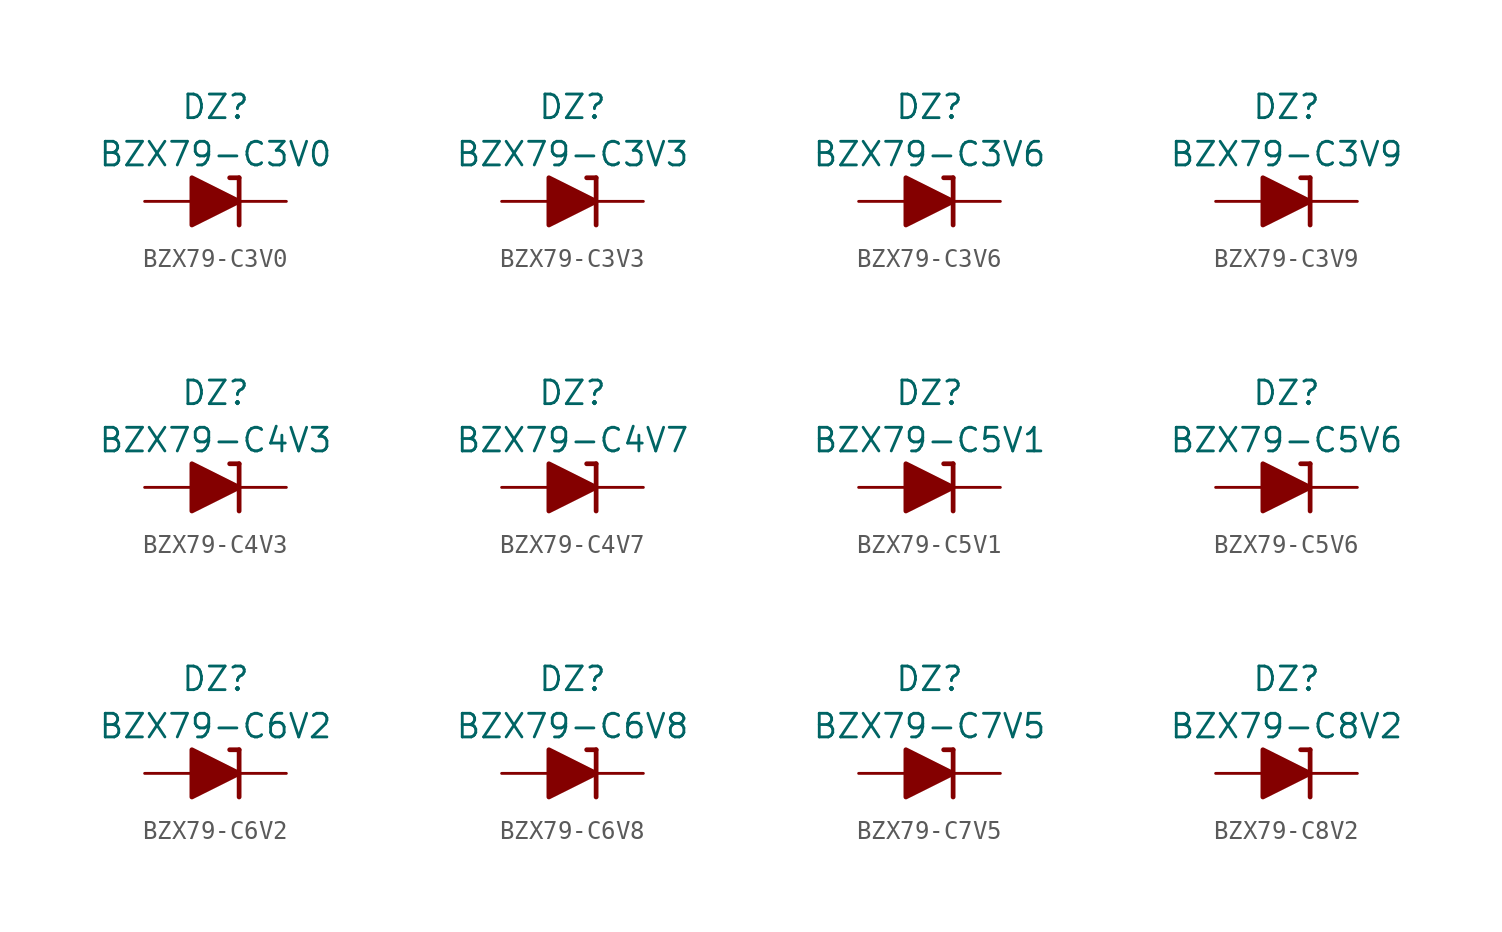
<source format=kicad_sym>
(kicad_symbol_lib
  (version 20211014)
  (generator kicad_symbol_editor)
  (symbol "BZX79-C3V0"
    (pin_numbers hide)
    (pin_names
      (offset 1.016) hide)
    (property "Reference" "DZ"
      (at 0 5.08 0)
      (effects (font (size 1.27 1.27))))
    (property "Value" "BZX79-C3V0"
      (at 0 2.54 0)
      (effects (font (size 1.27 1.27))))
    (symbol "BZX79-C3V0_0_1"
      (polyline (pts (xy -1.27 0) (xy 1.27 0)) (stroke (width 0) (type default) (color 0 0 0 0)) (fill (type none)))
      (polyline (pts (xy 1.27 1.27) (xy 0.762 1.27)) (stroke (width 0.254) (type default) (color 0 0 0 0)) (fill (type none)))
      (polyline (pts (xy 1.27 1.27) (xy 1.27 -1.27)) (stroke (width 0.254) (type default) (color 0 0 0 0)) (fill (type none)))
      (polyline (pts (xy -1.27 -1.27) (xy -1.27 1.27) (xy 1.27 0) (xy -1.27 -1.27)) (stroke (width 0.254) (type default) (color 0 0 0 0)) (fill (type outline))))
    (symbol "BZX79-C3V0_1_1"
      (pin passive line (at 3.81 0 180) (length 2.54) (name "K" (effects (font (size 1.27 1.27)))) (number "1" (effects (font (size 1.27 1.27)))))
      (pin passive line (at -3.81 0 0) (length 2.54) (name "A" (effects (font (size 1.27 1.27)))) (number "2" (effects (font (size 1.27 1.27)))))))
  (symbol "BZX79-C3V3"
    (pin_numbers hide)
    (pin_names
      (offset 1.016) hide)
    (property "Reference" "DZ"
      (at 0 5.08 0)
      (effects (font (size 1.27 1.27))))
    (property "Value" "BZX79-C3V3"
      (at 0 2.54 0)
      (effects (font (size 1.27 1.27))))
    (symbol "BZX79-C3V3_0_1"
      (polyline (pts (xy -1.27 0) (xy 1.27 0)) (stroke (width 0) (type default) (color 0 0 0 0)) (fill (type none)))
      (polyline (pts (xy 1.27 1.27) (xy 0.762 1.27)) (stroke (width 0.254) (type default) (color 0 0 0 0)) (fill (type none)))
      (polyline (pts (xy 1.27 1.27) (xy 1.27 -1.27)) (stroke (width 0.254) (type default) (color 0 0 0 0)) (fill (type none)))
      (polyline (pts (xy -1.27 -1.27) (xy -1.27 1.27) (xy 1.27 0) (xy -1.27 -1.27)) (stroke (width 0.254) (type default) (color 0 0 0 0)) (fill (type outline))))
    (symbol "BZX79-C3V3_1_1"
      (pin passive line (at 3.81 0 180) (length 2.54) (name "K" (effects (font (size 1.27 1.27)))) (number "1" (effects (font (size 1.27 1.27)))))
      (pin passive line (at -3.81 0 0) (length 2.54) (name "A" (effects (font (size 1.27 1.27)))) (number "2" (effects (font (size 1.27 1.27)))))))
  (symbol "BZX79-C3V6"
    (pin_numbers hide)
    (pin_names
      (offset 1.016) hide)
    (property "Reference" "DZ"
      (at 0 5.08 0)
      (effects (font (size 1.27 1.27))))
    (property "Value" "BZX79-C3V6"
      (at 0 2.54 0)
      (effects (font (size 1.27 1.27))))
    (symbol "BZX79-C3V6_0_1"
      (polyline (pts (xy -1.27 0) (xy 1.27 0)) (stroke (width 0) (type default) (color 0 0 0 0)) (fill (type none)))
      (polyline (pts (xy 1.27 1.27) (xy 0.762 1.27)) (stroke (width 0.254) (type default) (color 0 0 0 0)) (fill (type none)))
      (polyline (pts (xy 1.27 1.27) (xy 1.27 -1.27)) (stroke (width 0.254) (type default) (color 0 0 0 0)) (fill (type none)))
      (polyline (pts (xy -1.27 -1.27) (xy -1.27 1.27) (xy 1.27 0) (xy -1.27 -1.27)) (stroke (width 0.254) (type default) (color 0 0 0 0)) (fill (type outline))))
    (symbol "BZX79-C3V6_1_1"
      (pin passive line (at 3.81 0 180) (length 2.54) (name "K" (effects (font (size 1.27 1.27)))) (number "1" (effects (font (size 1.27 1.27)))))
      (pin passive line (at -3.81 0 0) (length 2.54) (name "A" (effects (font (size 1.27 1.27)))) (number "2" (effects (font (size 1.27 1.27)))))))
  (symbol "BZX79-C3V9"
    (pin_numbers hide)
    (pin_names
      (offset 1.016) hide)
    (property "Reference" "DZ"
      (at 0 5.08 0)
      (effects (font (size 1.27 1.27))))
    (property "Value" "BZX79-C3V9"
      (at 0 2.54 0)
      (effects (font (size 1.27 1.27))))
    (symbol "BZX79-C3V9_0_1"
      (polyline (pts (xy -1.27 0) (xy 1.27 0)) (stroke (width 0) (type default) (color 0 0 0 0)) (fill (type none)))
      (polyline (pts (xy 1.27 1.27) (xy 0.762 1.27)) (stroke (width 0.254) (type default) (color 0 0 0 0)) (fill (type none)))
      (polyline (pts (xy 1.27 1.27) (xy 1.27 -1.27)) (stroke (width 0.254) (type default) (color 0 0 0 0)) (fill (type none)))
      (polyline (pts (xy -1.27 -1.27) (xy -1.27 1.27) (xy 1.27 0) (xy -1.27 -1.27)) (stroke (width 0.254) (type default) (color 0 0 0 0)) (fill (type outline))))
    (symbol "BZX79-C3V9_1_1"
      (pin passive line (at 3.81 0 180) (length 2.54) (name "K" (effects (font (size 1.27 1.27)))) (number "1" (effects (font (size 1.27 1.27)))))
      (pin passive line (at -3.81 0 0) (length 2.54) (name "A" (effects (font (size 1.27 1.27)))) (number "2" (effects (font (size 1.27 1.27)))))))
  (symbol "BZX79-C4V3"
    (pin_numbers hide)
    (pin_names
      (offset 1.016) hide)
    (property "Reference" "DZ"
      (at 0 5.08 0)
      (effects (font (size 1.27 1.27))))
    (property "Value" "BZX79-C4V3"
      (at 0 2.54 0)
      (effects (font (size 1.27 1.27))))
    (symbol "BZX79-C4V3_0_1"
      (polyline (pts (xy -1.27 0) (xy 1.27 0)) (stroke (width 0) (type default) (color 0 0 0 0)) (fill (type none)))
      (polyline (pts (xy 1.27 1.27) (xy 0.762 1.27)) (stroke (width 0.254) (type default) (color 0 0 0 0)) (fill (type none)))
      (polyline (pts (xy 1.27 1.27) (xy 1.27 -1.27)) (stroke (width 0.254) (type default) (color 0 0 0 0)) (fill (type none)))
      (polyline (pts (xy -1.27 -1.27) (xy -1.27 1.27) (xy 1.27 0) (xy -1.27 -1.27)) (stroke (width 0.254) (type default) (color 0 0 0 0)) (fill (type outline))))
    (symbol "BZX79-C4V3_1_1"
      (pin passive line (at 3.81 0 180) (length 2.54) (name "K" (effects (font (size 1.27 1.27)))) (number "1" (effects (font (size 1.27 1.27)))))
      (pin passive line (at -3.81 0 0) (length 2.54) (name "A" (effects (font (size 1.27 1.27)))) (number "2" (effects (font (size 1.27 1.27)))))))
  (symbol "BZX79-C4V7"
    (pin_numbers hide)
    (pin_names
      (offset 1.016) hide)
    (property "Reference" "DZ"
      (at 0 5.08 0)
      (effects (font (size 1.27 1.27))))
    (property "Value" "BZX79-C4V7"
      (at 0 2.54 0)
      (effects (font (size 1.27 1.27))))
    (symbol "BZX79-C4V7_0_1"
      (polyline (pts (xy -1.27 0) (xy 1.27 0)) (stroke (width 0) (type default) (color 0 0 0 0)) (fill (type none)))
      (polyline (pts (xy 1.27 1.27) (xy 0.762 1.27)) (stroke (width 0.254) (type default) (color 0 0 0 0)) (fill (type none)))
      (polyline (pts (xy 1.27 1.27) (xy 1.27 -1.27)) (stroke (width 0.254) (type default) (color 0 0 0 0)) (fill (type none)))
      (polyline (pts (xy -1.27 -1.27) (xy -1.27 1.27) (xy 1.27 0) (xy -1.27 -1.27)) (stroke (width 0.254) (type default) (color 0 0 0 0)) (fill (type outline))))
    (symbol "BZX79-C4V7_1_1"
      (pin passive line (at 3.81 0 180) (length 2.54) (name "K" (effects (font (size 1.27 1.27)))) (number "1" (effects (font (size 1.27 1.27)))))
      (pin passive line (at -3.81 0 0) (length 2.54) (name "A" (effects (font (size 1.27 1.27)))) (number "2" (effects (font (size 1.27 1.27)))))))
  (symbol "BZX79-C5V1"
    (pin_numbers hide)
    (pin_names
      (offset 1.016) hide)
    (property "Reference" "DZ"
      (at 0 5.08 0)
      (effects (font (size 1.27 1.27))))
    (property "Value" "BZX79-C5V1"
      (at 0 2.54 0)
      (effects (font (size 1.27 1.27))))
    (symbol "BZX79-C5V1_0_1"
      (polyline (pts (xy -1.27 0) (xy 1.27 0)) (stroke (width 0) (type default) (color 0 0 0 0)) (fill (type none)))
      (polyline (pts (xy 1.27 1.27) (xy 0.762 1.27)) (stroke (width 0.254) (type default) (color 0 0 0 0)) (fill (type none)))
      (polyline (pts (xy 1.27 1.27) (xy 1.27 -1.27)) (stroke (width 0.254) (type default) (color 0 0 0 0)) (fill (type none)))
      (polyline (pts (xy -1.27 -1.27) (xy -1.27 1.27) (xy 1.27 0) (xy -1.27 -1.27)) (stroke (width 0.254) (type default) (color 0 0 0 0)) (fill (type outline))))
    (symbol "BZX79-C5V1_1_1"
      (pin passive line (at 3.81 0 180) (length 2.54) (name "K" (effects (font (size 1.27 1.27)))) (number "1" (effects (font (size 1.27 1.27)))))
      (pin passive line (at -3.81 0 0) (length 2.54) (name "A" (effects (font (size 1.27 1.27)))) (number "2" (effects (font (size 1.27 1.27)))))))
  (symbol "BZX79-C5V6"
    (pin_numbers hide)
    (pin_names
      (offset 1.016) hide)
    (property "Reference" "DZ"
      (at 0 5.08 0)
      (effects (font (size 1.27 1.27))))
    (property "Value" "BZX79-C5V6"
      (at 0 2.54 0)
      (effects (font (size 1.27 1.27))))
    (symbol "BZX79-C5V6_0_1"
      (polyline (pts (xy -1.27 0) (xy 1.27 0)) (stroke (width 0) (type default) (color 0 0 0 0)) (fill (type none)))
      (polyline (pts (xy 1.27 1.27) (xy 0.762 1.27)) (stroke (width 0.254) (type default) (color 0 0 0 0)) (fill (type none)))
      (polyline (pts (xy 1.27 1.27) (xy 1.27 -1.27)) (stroke (width 0.254) (type default) (color 0 0 0 0)) (fill (type none)))
      (polyline (pts (xy -1.27 -1.27) (xy -1.27 1.27) (xy 1.27 0) (xy -1.27 -1.27)) (stroke (width 0.254) (type default) (color 0 0 0 0)) (fill (type outline))))
    (symbol "BZX79-C5V6_1_1"
      (pin passive line (at 3.81 0 180) (length 2.54) (name "K" (effects (font (size 1.27 1.27)))) (number "1" (effects (font (size 1.27 1.27)))))
      (pin passive line (at -3.81 0 0) (length 2.54) (name "A" (effects (font (size 1.27 1.27)))) (number "2" (effects (font (size 1.27 1.27)))))))
  (symbol "BZX79-C6V2"
    (pin_numbers hide)
    (pin_names
      (offset 1.016) hide)
    (property "Reference" "DZ"
      (at 0 5.08 0)
      (effects (font (size 1.27 1.27))))
    (property "Value" "BZX79-C6V2"
      (at 0 2.54 0)
      (effects (font (size 1.27 1.27))))
    (symbol "BZX79-C6V2_0_1"
      (polyline (pts (xy -1.27 0) (xy 1.27 0)) (stroke (width 0) (type default) (color 0 0 0 0)) (fill (type none)))
      (polyline (pts (xy 1.27 1.27) (xy 0.762 1.27)) (stroke (width 0.254) (type default) (color 0 0 0 0)) (fill (type none)))
      (polyline (pts (xy 1.27 1.27) (xy 1.27 -1.27)) (stroke (width 0.254) (type default) (color 0 0 0 0)) (fill (type none)))
      (polyline (pts (xy -1.27 -1.27) (xy -1.27 1.27) (xy 1.27 0) (xy -1.27 -1.27)) (stroke (width 0.254) (type default) (color 0 0 0 0)) (fill (type outline))))
    (symbol "BZX79-C6V2_1_1"
      (pin passive line (at 3.81 0 180) (length 2.54) (name "K" (effects (font (size 1.27 1.27)))) (number "1" (effects (font (size 1.27 1.27)))))
      (pin passive line (at -3.81 0 0) (length 2.54) (name "A" (effects (font (size 1.27 1.27)))) (number "2" (effects (font (size 1.27 1.27)))))))
  (symbol "BZX79-C6V8"
    (pin_numbers hide)
    (pin_names
      (offset 1.016) hide)
    (property "Reference" "DZ"
      (at 0 5.08 0)
      (effects (font (size 1.27 1.27))))
    (property "Value" "BZX79-C6V8"
      (at 0 2.54 0)
      (effects (font (size 1.27 1.27))))
    (symbol "BZX79-C6V8_0_1"
      (polyline (pts (xy -1.27 0) (xy 1.27 0)) (stroke (width 0) (type default) (color 0 0 0 0)) (fill (type none)))
      (polyline (pts (xy 1.27 1.27) (xy 0.762 1.27)) (stroke (width 0.254) (type default) (color 0 0 0 0)) (fill (type none)))
      (polyline (pts (xy 1.27 1.27) (xy 1.27 -1.27)) (stroke (width 0.254) (type default) (color 0 0 0 0)) (fill (type none)))
      (polyline (pts (xy -1.27 -1.27) (xy -1.27 1.27) (xy 1.27 0) (xy -1.27 -1.27)) (stroke (width 0.254) (type default) (color 0 0 0 0)) (fill (type outline))))
    (symbol "BZX79-C6V8_1_1"
      (pin passive line (at 3.81 0 180) (length 2.54) (name "K" (effects (font (size 1.27 1.27)))) (number "1" (effects (font (size 1.27 1.27)))))
      (pin passive line (at -3.81 0 0) (length 2.54) (name "A" (effects (font (size 1.27 1.27)))) (number "2" (effects (font (size 1.27 1.27)))))))
  (symbol "BZX79-C7V5"
    (pin_numbers hide)
    (pin_names
      (offset 1.016) hide)
    (property "Reference" "DZ"
      (at 0 5.08 0)
      (effects (font (size 1.27 1.27))))
    (property "Value" "BZX79-C7V5"
      (at 0 2.54 0)
      (effects (font (size 1.27 1.27))))
    (symbol "BZX79-C7V5_0_1"
      (polyline (pts (xy -1.27 0) (xy 1.27 0)) (stroke (width 0) (type default) (color 0 0 0 0)) (fill (type none)))
      (polyline (pts (xy 1.27 1.27) (xy 0.762 1.27)) (stroke (width 0.254) (type default) (color 0 0 0 0)) (fill (type none)))
      (polyline (pts (xy 1.27 1.27) (xy 1.27 -1.27)) (stroke (width 0.254) (type default) (color 0 0 0 0)) (fill (type none)))
      (polyline (pts (xy -1.27 -1.27) (xy -1.27 1.27) (xy 1.27 0) (xy -1.27 -1.27)) (stroke (width 0.254) (type default) (color 0 0 0 0)) (fill (type outline))))
    (symbol "BZX79-C7V5_1_1"
      (pin passive line (at 3.81 0 180) (length 2.54) (name "K" (effects (font (size 1.27 1.27)))) (number "1" (effects (font (size 1.27 1.27)))))
      (pin passive line (at -3.81 0 0) (length 2.54) (name "A" (effects (font (size 1.27 1.27)))) (number "2" (effects (font (size 1.27 1.27)))))))
  (symbol "BZX79-C8V2"
    (pin_numbers hide)
    (pin_names
      (offset 1.016) hide)
    (property "Reference" "DZ"
      (at 0 5.08 0)
      (effects (font (size 1.27 1.27))))
    (property "Value" "BZX79-C8V2"
      (at 0 2.54 0)
      (effects (font (size 1.27 1.27))))
    (symbol "BZX79-C8V2_0_1"
      (polyline (pts (xy -1.27 0) (xy 1.27 0)) (stroke (width 0) (type default) (color 0 0 0 0)) (fill (type none)))
      (polyline (pts (xy 1.27 1.27) (xy 0.762 1.27)) (stroke (width 0.254) (type default) (color 0 0 0 0)) (fill (type none)))
      (polyline (pts (xy 1.27 1.27) (xy 1.27 -1.27)) (stroke (width 0.254) (type default) (color 0 0 0 0)) (fill (type none)))
      (polyline (pts (xy -1.27 -1.27) (xy -1.27 1.27) (xy 1.27 0) (xy -1.27 -1.27)) (stroke (width 0.254) (type default) (color 0 0 0 0)) (fill (type outline))))
    (symbol "BZX79-C8V2_1_1"
      (pin passive line (at 3.81 0 180) (length 2.54) (name "K" (effects (font (size 1.27 1.27)))) (number "1" (effects (font (size 1.27 1.27)))))
      (pin passive line (at -3.81 0 0) (length 2.54) (name "A" (effects (font (size 1.27 1.27)))) (number "2" (effects (font (size 1.27 1.27))))))))
</source>
